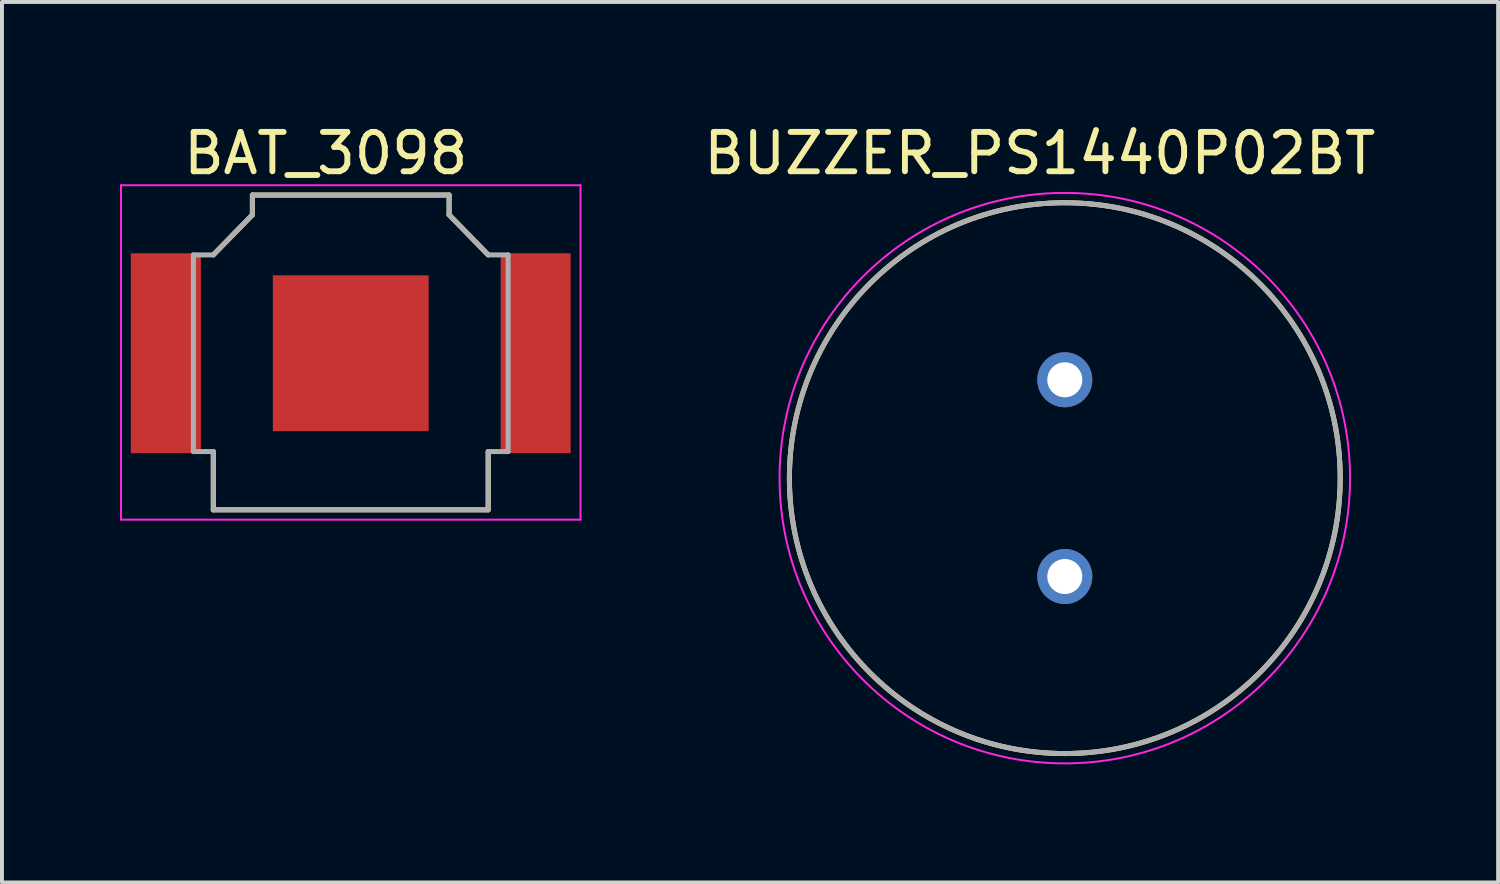
<source format=kicad_pcb>
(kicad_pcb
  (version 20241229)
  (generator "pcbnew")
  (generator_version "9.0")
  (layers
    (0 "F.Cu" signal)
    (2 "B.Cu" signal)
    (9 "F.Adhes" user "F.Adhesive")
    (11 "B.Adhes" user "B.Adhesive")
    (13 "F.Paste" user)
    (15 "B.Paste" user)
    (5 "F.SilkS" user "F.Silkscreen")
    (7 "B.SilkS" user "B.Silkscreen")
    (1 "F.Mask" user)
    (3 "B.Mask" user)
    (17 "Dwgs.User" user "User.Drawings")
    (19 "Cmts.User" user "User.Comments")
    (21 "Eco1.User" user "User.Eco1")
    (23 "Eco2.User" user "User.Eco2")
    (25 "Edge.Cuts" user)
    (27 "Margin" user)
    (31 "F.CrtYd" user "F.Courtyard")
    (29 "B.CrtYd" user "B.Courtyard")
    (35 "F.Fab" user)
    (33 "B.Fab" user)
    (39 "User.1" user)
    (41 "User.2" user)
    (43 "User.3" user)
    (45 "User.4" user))
  (footprint "BUZZER_PS1440P02BT"
    (layer "F.Cu")
    (at 24.014 9.103)
    (property "Reference" "BUZZER_PS1440P02BT" (at -0.635 -8.255 0) (layer "F.SilkS") (effects (font (size 1 1) (thickness 0.15))))
    (attr through_hole)
    (fp_circle (center 0 0) (end 7 0) (stroke (width 0.127) (type solid)) (fill no) (layer "F.SilkS"))
    (fp_circle (center 0 0) (end 7.25 0) (stroke (width 0.05) (type solid)) (fill no) (layer "F.CrtYd"))
    (fp_circle (center 0 0) (end 7 0) (stroke (width 0.127) (type solid)) (fill no) (layer "F.Fab"))
    (pad "1" thru_hole circle (at 0 -2.5) (size 1.398 1.398) (drill 0.89) (layers "*.Cu" "*.Mask"))
    (pad "2" thru_hole circle (at 0 2.5) (size 1.398 1.398) (drill 0.89) (layers "*.Cu" "*.Mask")))
  (footprint "BAT_3098"
    (layer "F.Cu")
    (at 5.865 5.928)
    (property "Reference" "BAT_3098" (at -0.635 -5.08 0) (layer "F.SilkS") (effects (font (size 1 1) (thickness 0.15))))
    (attr smd)
    (fp_line (start -3.493 2.5) (end -3.493 3.98) (stroke (width 0.127) (type solid)) (layer "F.SilkS"))
    (fp_line (start -3.493 3.98) (end 3.493 3.98) (stroke (width 0.127) (type solid)) (layer "F.SilkS"))
    (fp_line (start -2.5 -4.02) (end -2.5 -3.518) (stroke (width 0.127) (type solid)) (layer "F.SilkS"))
    (fp_line (start -2.5 -3.518) (end -3.493 -2.5) (stroke (width 0.127) (type solid)) (layer "F.SilkS"))
    (fp_line (start 2.5 -4.02) (end -2.5 -4.02) (stroke (width 0.127) (type solid)) (layer "F.SilkS"))
    (fp_line (start 2.5 -3.518) (end 2.5 -4.02) (stroke (width 0.127) (type solid)) (layer "F.SilkS"))
    (fp_line (start 3.493 -2.5) (end 2.5 -3.518) (stroke (width 0.127) (type solid)) (layer "F.SilkS"))
    (fp_line (start 3.493 3.98) (end 3.493 2.5) (stroke (width 0.127) (type solid)) (layer "F.SilkS"))
    (fp_line (start -5.84 -4.27) (end 5.84 -4.27) (stroke (width 0.05) (type solid)) (layer "F.CrtYd"))
    (fp_line (start -5.84 4.23) (end -5.84 -4.27) (stroke (width 0.05) (type solid)) (layer "F.CrtYd"))
    (fp_line (start 5.84 -4.27) (end 5.84 4.23) (stroke (width 0.05) (type solid)) (layer "F.CrtYd"))
    (fp_line (start 5.84 4.23) (end -5.84 4.23) (stroke (width 0.05) (type solid)) (layer "F.CrtYd"))
    (fp_line (start -4 -2.5) (end -4 2.5) (stroke (width 0.127) (type solid)) (layer "F.Fab"))
    (fp_line (start -4 2.5) (end -3.493 2.5) (stroke (width 0.127) (type solid)) (layer "F.Fab"))
    (fp_line (start -3.493 -2.5) (end -4 -2.5) (stroke (width 0.127) (type solid)) (layer "F.Fab"))
    (fp_line (start -3.493 2.5) (end -3.493 3.98) (stroke (width 0.127) (type solid)) (layer "F.Fab"))
    (fp_line (start -3.493 3.98) (end 3.493 3.98) (stroke (width 0.127) (type solid)) (layer "F.Fab"))
    (fp_line (start -2.5 -4.02) (end -2.5 -3.518) (stroke (width 0.127) (type solid)) (layer "F.Fab"))
    (fp_line (start -2.5 -3.518) (end -3.493 -2.5) (stroke (width 0.127) (type solid)) (layer "F.Fab"))
    (fp_line (start 2.5 -4.02) (end -2.5 -4.02) (stroke (width 0.127) (type solid)) (layer "F.Fab"))
    (fp_line (start 2.5 -3.518) (end 2.5 -4.02) (stroke (width 0.127) (type solid)) (layer "F.Fab"))
    (fp_line (start 3.493 -2.5) (end 2.5 -3.518) (stroke (width 0.127) (type solid)) (layer "F.Fab"))
    (fp_line (start 3.493 3.98) (end 3.493 2.5) (stroke (width 0.127) (type solid)) (layer "F.Fab"))
    (fp_line (start 4 -2.5) (end 3.493 -2.5) (stroke (width 0.127) (type solid)) (layer "F.Fab"))
    (fp_line (start 4 2.5) (end 3.493 2.5) (stroke (width 0.127) (type solid)) (layer "F.Fab"))
    (fp_line (start 4 2.5) (end 4 -2.5) (stroke (width 0.127) (type solid)) (layer "F.Fab"))
    (pad "N" smd rect (at 0 0) (size 3.96 3.96) (layers "F.Cu" "F.Mask"))
    (pad "P1" smd rect (at -4.7 0) (size 1.78 5.08) (layers "F.Cu" "F.Mask" "F.Paste"))
    (pad "P2" smd rect (at 4.7 0) (size 1.78 5.08) (layers "F.Cu" "F.Mask" "F.Paste")))
  (gr_rect
    (start -3 -3)
    (end 35.028 19.378)
    (stroke (width 0.1) (type default))
    (fill no)
    (layer "Edge.Cuts")))
</source>
